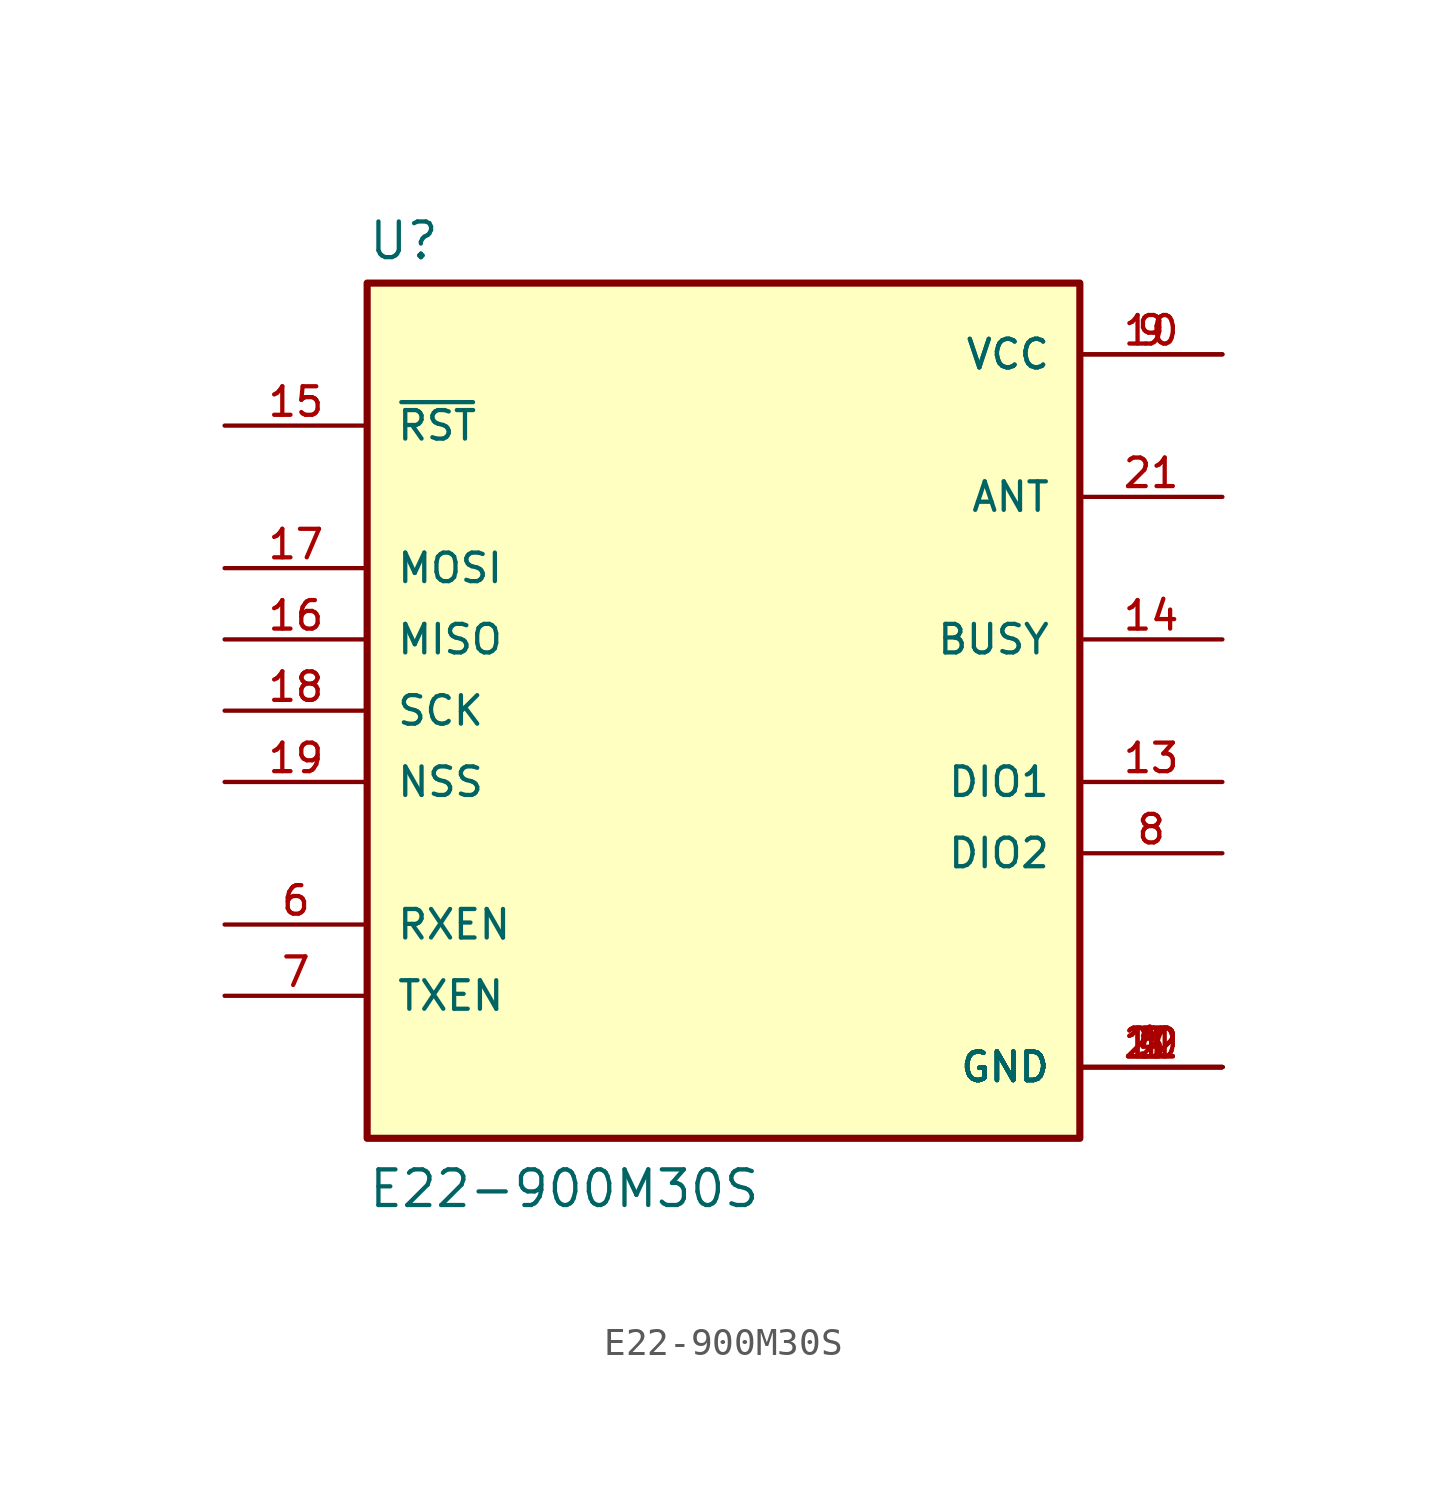
<source format=kicad_sym>
(kicad_symbol_lib
  (version 20211014)
  (generator kicad_symbol_editor)
  (symbol "E22-900M30S"
    (pin_names
      (offset 1.016))
    (property "Reference" "U"
      (at -12.7 16.002 0)
      (effects (font (size 1.27 1.27)) (justify bottom left)))
    (property "Value" "E22-900M30S"
      (at -12.7 -17.78 0)
      (effects (font (size 1.27 1.27)) (justify bottom left)))
    (symbol "E22-900M30S_0_0"
      (rectangle (start -12.7 -15.24) (end 12.7 15.24) (stroke (width 0.254)) (fill (type background)))
      (pin output line (at -17.78 2.54 0) (length 5.08) (name "MISO" (effects (font (size 1.016 1.016)))) (number "16" (effects (font (size 1.016 1.016)))))
      (pin input line (at -17.78 -7.62 0) (length 5.08) (name "RXEN" (effects (font (size 1.016 1.016)))) (number "6" (effects (font (size 1.016 1.016)))))
      (pin input line (at -17.78 -10.16 0) (length 5.08) (name "TXEN" (effects (font (size 1.016 1.016)))) (number "7" (effects (font (size 1.016 1.016)))))
      (pin bidirectional line (at 17.78 -2.54 180.0) (length 5.08) (name "DIO1" (effects (font (size 1.016 1.016)))) (number "13" (effects (font (size 1.016 1.016)))))
      (pin power_in line (at 17.78 12.7 180.0) (length 5.08) (name "VCC" (effects (font (size 1.016 1.016)))) (number "9" (effects (font (size 1.016 1.016)))))
      (pin power_in line (at 17.78 12.7 180.0) (length 5.08) (name "VCC" (effects (font (size 1.016 1.016)))) (number "10" (effects (font (size 1.016 1.016)))))
      (pin output line (at 17.78 2.54 180.0) (length 5.08) (name "BUSY" (effects (font (size 1.016 1.016)))) (number "14" (effects (font (size 1.016 1.016)))))
      (pin power_in line (at 17.78 -12.7 180.0) (length 5.08) (name "GND" (effects (font (size 1.016 1.016)))) (number "1" (effects (font (size 1.016 1.016)))))
      (pin power_in line (at 17.78 -12.7 180.0) (length 5.08) (name "GND" (effects (font (size 1.016 1.016)))) (number "2" (effects (font (size 1.016 1.016)))))
      (pin power_in line (at 17.78 -12.7 180.0) (length 5.08) (name "GND" (effects (font (size 1.016 1.016)))) (number "3" (effects (font (size 1.016 1.016)))))
      (pin power_in line (at 17.78 -12.7 180.0) (length 5.08) (name "GND" (effects (font (size 1.016 1.016)))) (number "4" (effects (font (size 1.016 1.016)))))
      (pin power_in line (at 17.78 -12.7 180.0) (length 5.08) (name "GND" (effects (font (size 1.016 1.016)))) (number "5" (effects (font (size 1.016 1.016)))))
      (pin power_in line (at 17.78 -12.7 180.0) (length 5.08) (name "GND" (effects (font (size 1.016 1.016)))) (number "11" (effects (font (size 1.016 1.016)))))
      (pin power_in line (at 17.78 -12.7 180.0) (length 5.08) (name "GND" (effects (font (size 1.016 1.016)))) (number "12" (effects (font (size 1.016 1.016)))))
      (pin power_in line (at 17.78 -12.7 180.0) (length 5.08) (name "GND" (effects (font (size 1.016 1.016)))) (number "20" (effects (font (size 1.016 1.016)))))
      (pin power_in line (at 17.78 -12.7 180.0) (length 5.08) (name "GND" (effects (font (size 1.016 1.016)))) (number "22" (effects (font (size 1.016 1.016)))))
      (pin input line (at -17.78 5.08 0) (length 5.08) (name "MOSI" (effects (font (size 1.016 1.016)))) (number "17" (effects (font (size 1.016 1.016)))))
      (pin bidirectional line (at 17.78 -5.08 180.0) (length 5.08) (name "DIO2" (effects (font (size 1.016 1.016)))) (number "8" (effects (font (size 1.016 1.016)))))
      (pin input line (at -17.78 10.16 0) (length 5.08) (name "~{RST}" (effects (font (size 1.016 1.016)))) (number "15" (effects (font (size 1.016 1.016)))))
      (pin input line (at -17.78 0.0 0) (length 5.08) (name "SCK" (effects (font (size 1.016 1.016)))) (number "18" (effects (font (size 1.016 1.016)))))
      (pin input line (at -17.78 -2.54 0) (length 5.08) (name "NSS" (effects (font (size 1.016 1.016)))) (number "19" (effects (font (size 1.016 1.016)))))
      (pin output line (at 17.78 7.62 180.0) (length 5.08) (name "ANT" (effects (font (size 1.016 1.016)))) (number "21" (effects (font (size 1.016 1.016))))))))
</source>
